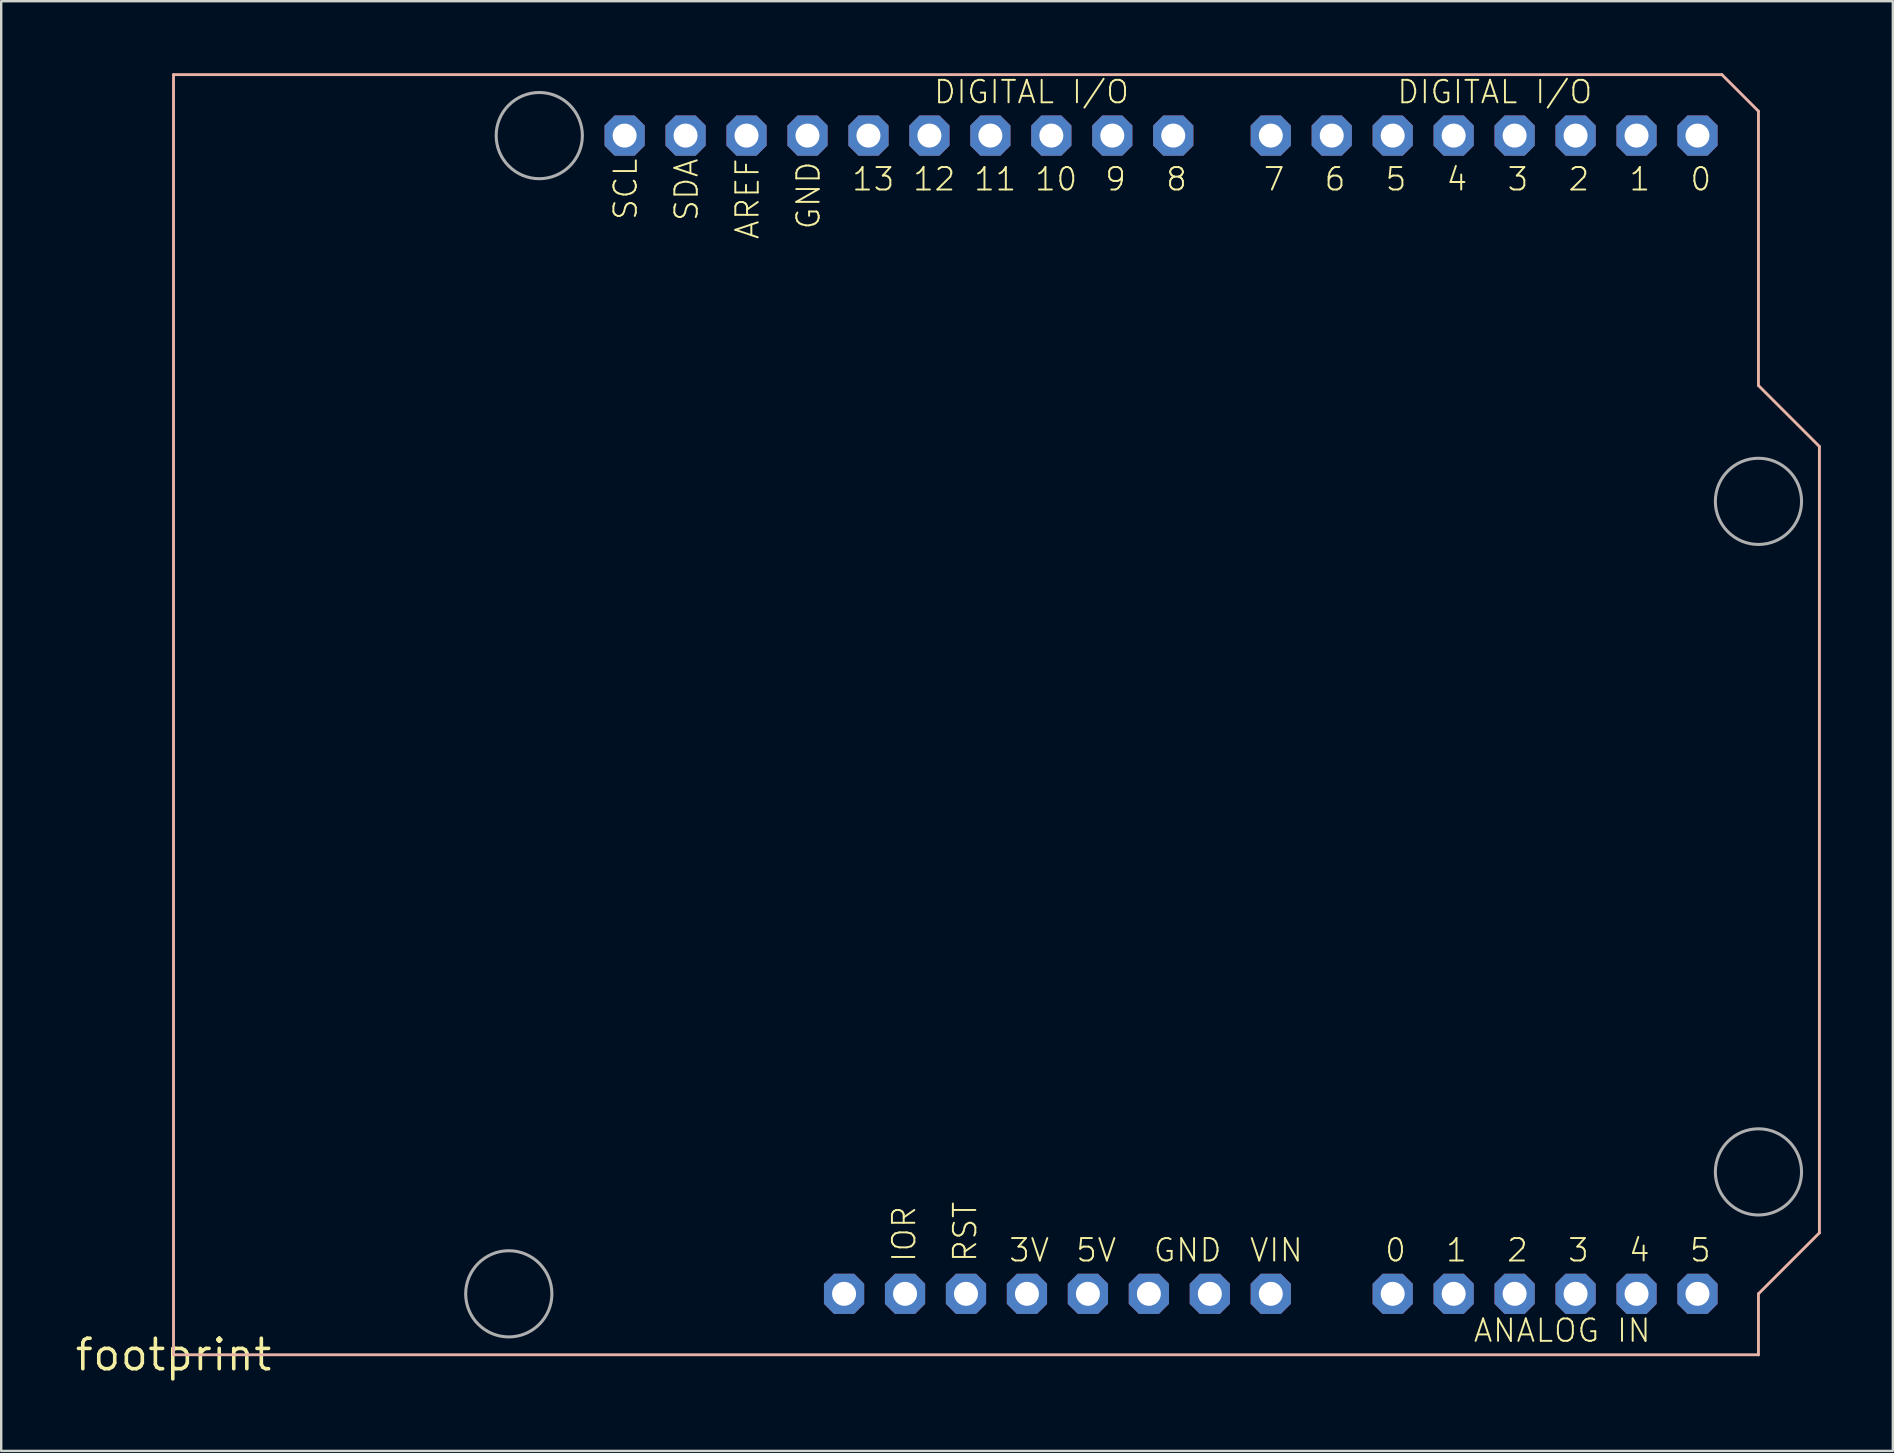
<source format=kicad_pcb>
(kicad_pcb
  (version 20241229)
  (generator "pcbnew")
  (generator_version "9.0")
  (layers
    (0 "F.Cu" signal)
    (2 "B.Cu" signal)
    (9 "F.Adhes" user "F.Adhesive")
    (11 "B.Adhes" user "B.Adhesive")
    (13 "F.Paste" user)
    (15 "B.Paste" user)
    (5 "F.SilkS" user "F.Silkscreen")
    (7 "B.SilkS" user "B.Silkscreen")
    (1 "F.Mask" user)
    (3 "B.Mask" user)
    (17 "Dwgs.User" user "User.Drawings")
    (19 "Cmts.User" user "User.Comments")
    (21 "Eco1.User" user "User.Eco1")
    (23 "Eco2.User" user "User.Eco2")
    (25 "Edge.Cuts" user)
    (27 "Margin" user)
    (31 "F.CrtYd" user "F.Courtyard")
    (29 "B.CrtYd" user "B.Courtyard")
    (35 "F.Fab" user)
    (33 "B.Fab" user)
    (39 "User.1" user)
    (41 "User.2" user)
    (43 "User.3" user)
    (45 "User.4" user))
  (footprint "footprint"
    (layer "F.Cu")
    (at 4.18 53.4)
    (property "Reference" "footprint" (at 0 0 0) (layer "F.SilkS") (effects (font (size 1.27 1.27) (thickness 0.15))))
    (fp_line (start 0 -53.34) (end 0 0) (stroke (width 0.12) (type solid)) (layer "B.SilkS"))
    (fp_line (start 0 0) (end 66.04 0) (stroke (width 0.12) (type solid)) (layer "B.SilkS"))
    (fp_line (start 64.516 -53.34) (end 0 -53.34) (stroke (width 0.12) (type solid)) (layer "B.SilkS"))
    (fp_line (start 66.04 -51.816) (end 64.516 -53.34) (stroke (width 0.12) (type solid)) (layer "B.SilkS"))
    (fp_line (start 66.04 -40.386) (end 66.04 -51.816) (stroke (width 0.12) (type solid)) (layer "B.SilkS"))
    (fp_line (start 66.04 -2.54) (end 68.58 -5.08) (stroke (width 0.12) (type solid)) (layer "B.SilkS"))
    (fp_line (start 66.04 0) (end 66.04 -2.54) (stroke (width 0.12) (type solid)) (layer "B.SilkS"))
    (fp_line (start 68.58 -37.846) (end 66.04 -40.386) (stroke (width 0.12) (type solid)) (layer "B.SilkS"))
    (fp_line (start 68.58 -5.08) (end 68.58 -37.846) (stroke (width 0.12) (type solid)) (layer "B.SilkS"))
    (fp_circle (center 13.97 -2.54) (end 15.766 -2.54) (stroke (width 0.127) (type solid)) (fill no) (layer "F.Fab"))
    (fp_circle (center 15.24 -50.8) (end 17.036 -50.8) (stroke (width 0.127) (type solid)) (fill no) (layer "F.Fab"))
    (fp_circle (center 66.04 -35.56) (end 67.836 -35.56) (stroke (width 0.127) (type solid)) (fill no) (layer "F.Fab"))
    (fp_circle (center 66.04 -7.62) (end 67.836 -7.62) (stroke (width 0.127) (type solid)) (fill no) (layer "F.Fab"))
    (fp_text user "4" (at 53.975 -49.53 0) (layer "F.SilkS") (effects (font (size 0.935 0.935) (thickness 0.081)) (justify right top)))
    (fp_text user "2" (at 59.055 -49.53 0) (layer "F.SilkS") (effects (font (size 0.935 0.935) (thickness 0.081)) (justify right top)))
    (fp_text user "3V" (at 34.752 -3.81 0) (layer "F.SilkS") (effects (font (size 0.935 0.935) (thickness 0.081)) (justify left bottom)))
    (fp_text user "12" (at 32.639 -49.53 0) (layer "F.SilkS") (effects (font (size 0.935 0.935) (thickness 0.081)) (justify right top)))
    (fp_text user "5" (at 51.435 -49.53 0) (layer "F.SilkS") (effects (font (size 0.935 0.935) (thickness 0.081)) (justify right top)))
    (fp_text user "DIGITAL I/O" (at 31.623 -52.07 0) (layer "F.SilkS") (effects (font (size 0.935 0.935) (thickness 0.081)) (justify left bottom)))
    (fp_text user "GND" (at 40.777 -3.81 0) (layer "F.SilkS") (effects (font (size 0.935 0.935) (thickness 0.081)) (justify left bottom)))
    (fp_text user "3" (at 58.039 -3.81 0) (layer "F.SilkS") (effects (font (size 0.935 0.935) (thickness 0.081)) (justify left bottom)))
    (fp_text user "AREF" (at 23.368 -49.911 90) (layer "F.SilkS") (effects (font (size 0.935 0.935) (thickness 0.081)) (justify right top)))
    (fp_text user "2" (at 55.499 -3.81 0) (layer "F.SilkS") (effects (font (size 0.935 0.935) (thickness 0.081)) (justify left bottom)))
    (fp_text user "5" (at 63.119 -3.81 0) (layer "F.SilkS") (effects (font (size 0.935 0.935) (thickness 0.081)) (justify left bottom)))
    (fp_text user "1" (at 61.595 -49.53 0) (layer "F.SilkS") (effects (font (size 0.935 0.935) (thickness 0.081)) (justify right top)))
    (fp_text user "GND" (at 25.908 -49.784 90) (layer "F.SilkS") (effects (font (size 0.935 0.935) (thickness 0.081)) (justify right top)))
    (fp_text user "VIN" (at 44.785 -3.81 0) (layer "F.SilkS") (effects (font (size 0.935 0.935) (thickness 0.081)) (justify left bottom)))
    (fp_text user "1" (at 52.959 -3.81 0) (layer "F.SilkS") (effects (font (size 0.935 0.935) (thickness 0.081)) (justify left bottom)))
    (fp_text user "0" (at 50.419 -3.81 0) (layer "F.SilkS") (effects (font (size 0.935 0.935) (thickness 0.081)) (justify left bottom)))
    (fp_text user "ANALOG IN" (at 54.112 -0.462 0) (layer "F.SilkS") (effects (font (size 0.935 0.935) (thickness 0.081)) (justify left bottom)))
    (fp_text user "4" (at 60.579 -3.81 0) (layer "F.SilkS") (effects (font (size 0.935 0.935) (thickness 0.081)) (justify left bottom)))
    (fp_text user "3" (at 56.515 -49.53 0) (layer "F.SilkS") (effects (font (size 0.935 0.935) (thickness 0.081)) (justify right top)))
    (fp_text user "11" (at 35.179 -49.53 0) (layer "F.SilkS") (effects (font (size 0.935 0.935) (thickness 0.081)) (justify right top)))
    (fp_text user "IOR" (at 30.988 -3.8 90) (layer "F.SilkS") (effects (font (size 0.935 0.935) (thickness 0.081)) (justify left bottom)))
    (fp_text user "RST" (at 33.528 -3.8 90) (layer "F.SilkS") (effects (font (size 0.935 0.935) (thickness 0.081)) (justify left bottom)))
    (fp_text user "8" (at 42.291 -49.53 0) (layer "F.SilkS") (effects (font (size 0.935 0.935) (thickness 0.081)) (justify right top)))
    (fp_text user "0" (at 64.135 -49.53 0) (layer "F.SilkS") (effects (font (size 0.935 0.935) (thickness 0.081)) (justify right top)))
    (fp_text user "SCL" (at 18.288 -49.911 90) (layer "F.SilkS") (effects (font (size 0.935 0.935) (thickness 0.081)) (justify right top)))
    (fp_text user "SDA" (at 20.828 -49.911 90) (layer "F.SilkS") (effects (font (size 0.935 0.935) (thickness 0.081)) (justify right top)))
    (fp_text user "DIGITAL I/O" (at 50.927 -52.07 0) (layer "F.SilkS") (effects (font (size 0.935 0.935) (thickness 0.081)) (justify left bottom)))
    (fp_text user "5V" (at 37.546 -3.81 0) (layer "F.SilkS") (effects (font (size 0.935 0.935) (thickness 0.081)) (justify left bottom)))
    (fp_text user "9" (at 39.751 -49.53 0) (layer "F.SilkS") (effects (font (size 0.935 0.935) (thickness 0.081)) (justify right top)))
    (fp_text user "6" (at 48.895 -49.53 0) (layer "F.SilkS") (effects (font (size 0.935 0.935) (thickness 0.081)) (justify right top)))
    (fp_text user "7" (at 46.355 -49.53 0) (layer "F.SilkS") (effects (font (size 0.935 0.935) (thickness 0.081)) (justify right top)))
    (fp_text user "10" (at 37.719 -49.53 0) (layer "F.SilkS") (effects (font (size 0.935 0.935) (thickness 0.081)) (justify right top)))
    (fp_text user "13" (at 30.099 -49.53 0) (layer "F.SilkS") (effects (font (size 0.935 0.935) (thickness 0.081)) (justify right top)))
    (pad "3V" thru_hole roundrect (at 35.56 -2.54) (size 1.676 1.676) (drill 1) (layers "*.Cu" "*.Mask") (roundrect_rratio 0.25) (chamfer_ratio 0.25) (chamfer top_left top_right bottom_left bottom_right))
    (pad "5V" thru_hole roundrect (at 38.1 -2.54) (size 1.676 1.676) (drill 1) (layers "*.Cu" "*.Mask") (roundrect_rratio 0.25) (chamfer_ratio 0.25) (chamfer top_left top_right bottom_left bottom_right))
    (pad "A0" thru_hole roundrect (at 50.8 -2.54) (size 1.676 1.676) (drill 1) (layers "*.Cu" "*.Mask") (roundrect_rratio 0.25) (chamfer_ratio 0.25) (chamfer top_left top_right bottom_left bottom_right))
    (pad "A1" thru_hole roundrect (at 53.34 -2.54) (size 1.676 1.676) (drill 1) (layers "*.Cu" "*.Mask") (roundrect_rratio 0.25) (chamfer_ratio 0.25) (chamfer top_left top_right bottom_left bottom_right))
    (pad "A2" thru_hole roundrect (at 55.88 -2.54) (size 1.676 1.676) (drill 1) (layers "*.Cu" "*.Mask") (roundrect_rratio 0.25) (chamfer_ratio 0.25) (chamfer top_left top_right bottom_left bottom_right))
    (pad "A3" thru_hole roundrect (at 58.42 -2.54) (size 1.676 1.676) (drill 1) (layers "*.Cu" "*.Mask") (roundrect_rratio 0.25) (chamfer_ratio 0.25) (chamfer top_left top_right bottom_left bottom_right))
    (pad "A4" thru_hole roundrect (at 60.96 -2.54) (size 1.676 1.676) (drill 1) (layers "*.Cu" "*.Mask") (roundrect_rratio 0.25) (chamfer_ratio 0.25) (chamfer top_left top_right bottom_left bottom_right))
    (pad "A5" thru_hole roundrect (at 63.5 -2.54) (size 1.676 1.676) (drill 1) (layers "*.Cu" "*.Mask") (roundrect_rratio 0.25) (chamfer_ratio 0.25) (chamfer top_left top_right bottom_left bottom_right))
    (pad "AREF" thru_hole roundrect (at 23.876 -50.8) (size 1.676 1.676) (drill 1) (layers "*.Cu" "*.Mask") (roundrect_rratio 0.25) (chamfer_ratio 0.25) (chamfer top_left top_right bottom_left bottom_right))
    (pad "D0" thru_hole roundrect (at 63.5 -50.8) (size 1.676 1.676) (drill 1) (layers "*.Cu" "*.Mask") (roundrect_rratio 0.25) (chamfer_ratio 0.25) (chamfer top_left top_right bottom_left bottom_right))
    (pad "D1" thru_hole roundrect (at 60.96 -50.8) (size 1.676 1.676) (drill 1) (layers "*.Cu" "*.Mask") (roundrect_rratio 0.25) (chamfer_ratio 0.25) (chamfer top_left top_right bottom_left bottom_right))
    (pad "D2" thru_hole roundrect (at 58.42 -50.8) (size 1.676 1.676) (drill 1) (layers "*.Cu" "*.Mask") (roundrect_rratio 0.25) (chamfer_ratio 0.25) (chamfer top_left top_right bottom_left bottom_right))
    (pad "D3" thru_hole roundrect (at 55.88 -50.8) (size 1.676 1.676) (drill 1) (layers "*.Cu" "*.Mask") (roundrect_rratio 0.25) (chamfer_ratio 0.25) (chamfer top_left top_right bottom_left bottom_right))
    (pad "D4" thru_hole roundrect (at 53.34 -50.8) (size 1.676 1.676) (drill 1) (layers "*.Cu" "*.Mask") (roundrect_rratio 0.25) (chamfer_ratio 0.25) (chamfer top_left top_right bottom_left bottom_right))
    (pad "D5" thru_hole roundrect (at 50.8 -50.8) (size 1.676 1.676) (drill 1) (layers "*.Cu" "*.Mask") (roundrect_rratio 0.25) (chamfer_ratio 0.25) (chamfer top_left top_right bottom_left bottom_right))
    (pad "D6" thru_hole roundrect (at 48.26 -50.8) (size 1.676 1.676) (drill 1) (layers "*.Cu" "*.Mask") (roundrect_rratio 0.25) (chamfer_ratio 0.25) (chamfer top_left top_right bottom_left bottom_right))
    (pad "D7" thru_hole roundrect (at 45.72 -50.8) (size 1.676 1.676) (drill 1) (layers "*.Cu" "*.Mask") (roundrect_rratio 0.25) (chamfer_ratio 0.25) (chamfer top_left top_right bottom_left bottom_right))
    (pad "D8" thru_hole roundrect (at 41.656 -50.8) (size 1.676 1.676) (drill 1) (layers "*.Cu" "*.Mask") (roundrect_rratio 0.25) (chamfer_ratio 0.25) (chamfer top_left top_right bottom_left bottom_right))
    (pad "D9" thru_hole roundrect (at 39.116 -50.8) (size 1.676 1.676) (drill 1) (layers "*.Cu" "*.Mask") (roundrect_rratio 0.25) (chamfer_ratio 0.25) (chamfer top_left top_right bottom_left bottom_right))
    (pad "D10" thru_hole roundrect (at 36.576 -50.8) (size 1.676 1.676) (drill 1) (layers "*.Cu" "*.Mask") (roundrect_rratio 0.25) (chamfer_ratio 0.25) (chamfer top_left top_right bottom_left bottom_right))
    (pad "D11" thru_hole roundrect (at 34.036 -50.8) (size 1.676 1.676) (drill 1) (layers "*.Cu" "*.Mask") (roundrect_rratio 0.25) (chamfer_ratio 0.25) (chamfer top_left top_right bottom_left bottom_right))
    (pad "D12" thru_hole roundrect (at 31.496 -50.8) (size 1.676 1.676) (drill 1) (layers "*.Cu" "*.Mask") (roundrect_rratio 0.25) (chamfer_ratio 0.25) (chamfer top_left top_right bottom_left bottom_right))
    (pad "D13" thru_hole roundrect (at 28.956 -50.8) (size 1.676 1.676) (drill 1) (layers "*.Cu" "*.Mask") (roundrect_rratio 0.25) (chamfer_ratio 0.25) (chamfer top_left top_right bottom_left bottom_right))
    (pad "GND" thru_hole roundrect (at 26.416 -50.8) (size 1.676 1.676) (drill 1) (layers "*.Cu" "*.Mask") (roundrect_rratio 0.25) (chamfer_ratio 0.25) (chamfer top_left top_right bottom_left bottom_right))
    (pad "GND1" thru_hole roundrect (at 43.18 -2.54) (size 1.676 1.676) (drill 1) (layers "*.Cu" "*.Mask") (roundrect_rratio 0.25) (chamfer_ratio 0.25) (chamfer top_left top_right bottom_left bottom_right))
    (pad "GND2" thru_hole roundrect (at 40.64 -2.54) (size 1.676 1.676) (drill 1) (layers "*.Cu" "*.Mask") (roundrect_rratio 0.25) (chamfer_ratio 0.25) (chamfer top_left top_right bottom_left bottom_right))
    (pad "IOREF" thru_hole roundrect (at 30.48 -2.54) (size 1.676 1.676) (drill 1) (layers "*.Cu" "*.Mask") (roundrect_rratio 0.25) (chamfer_ratio 0.25) (chamfer top_left top_right bottom_left bottom_right))
    (pad "RESERVED" thru_hole roundrect (at 27.94 -2.54) (size 1.676 1.676) (drill 1) (layers "*.Cu" "*.Mask") (roundrect_rratio 0.25) (chamfer_ratio 0.25) (chamfer top_left top_right bottom_left bottom_right))
    (pad "RESET" thru_hole roundrect (at 33.02 -2.54) (size 1.676 1.676) (drill 1) (layers "*.Cu" "*.Mask") (roundrect_rratio 0.25) (chamfer_ratio 0.25) (chamfer top_left top_right bottom_left bottom_right))
    (pad "SCL" thru_hole roundrect (at 18.796 -50.8) (size 1.676 1.676) (drill 1) (layers "*.Cu" "*.Mask") (roundrect_rratio 0.25) (chamfer_ratio 0.25) (chamfer top_left top_right bottom_left bottom_right))
    (pad "SDA" thru_hole roundrect (at 21.336 -50.8) (size 1.676 1.676) (drill 1) (layers "*.Cu" "*.Mask") (roundrect_rratio 0.25) (chamfer_ratio 0.25) (chamfer top_left top_right bottom_left bottom_right))
    (pad "VIN" thru_hole roundrect (at 45.72 -2.54) (size 1.676 1.676) (drill 1) (layers "*.Cu" "*.Mask") (roundrect_rratio 0.25) (chamfer_ratio 0.25) (chamfer top_left top_right bottom_left bottom_right)))
  (gr_rect
    (start -3 -3)
    (end 75.82 57.406)
    (stroke (width 0.1) (type default))
    (fill no)
    (layer "Edge.Cuts")))
</source>
